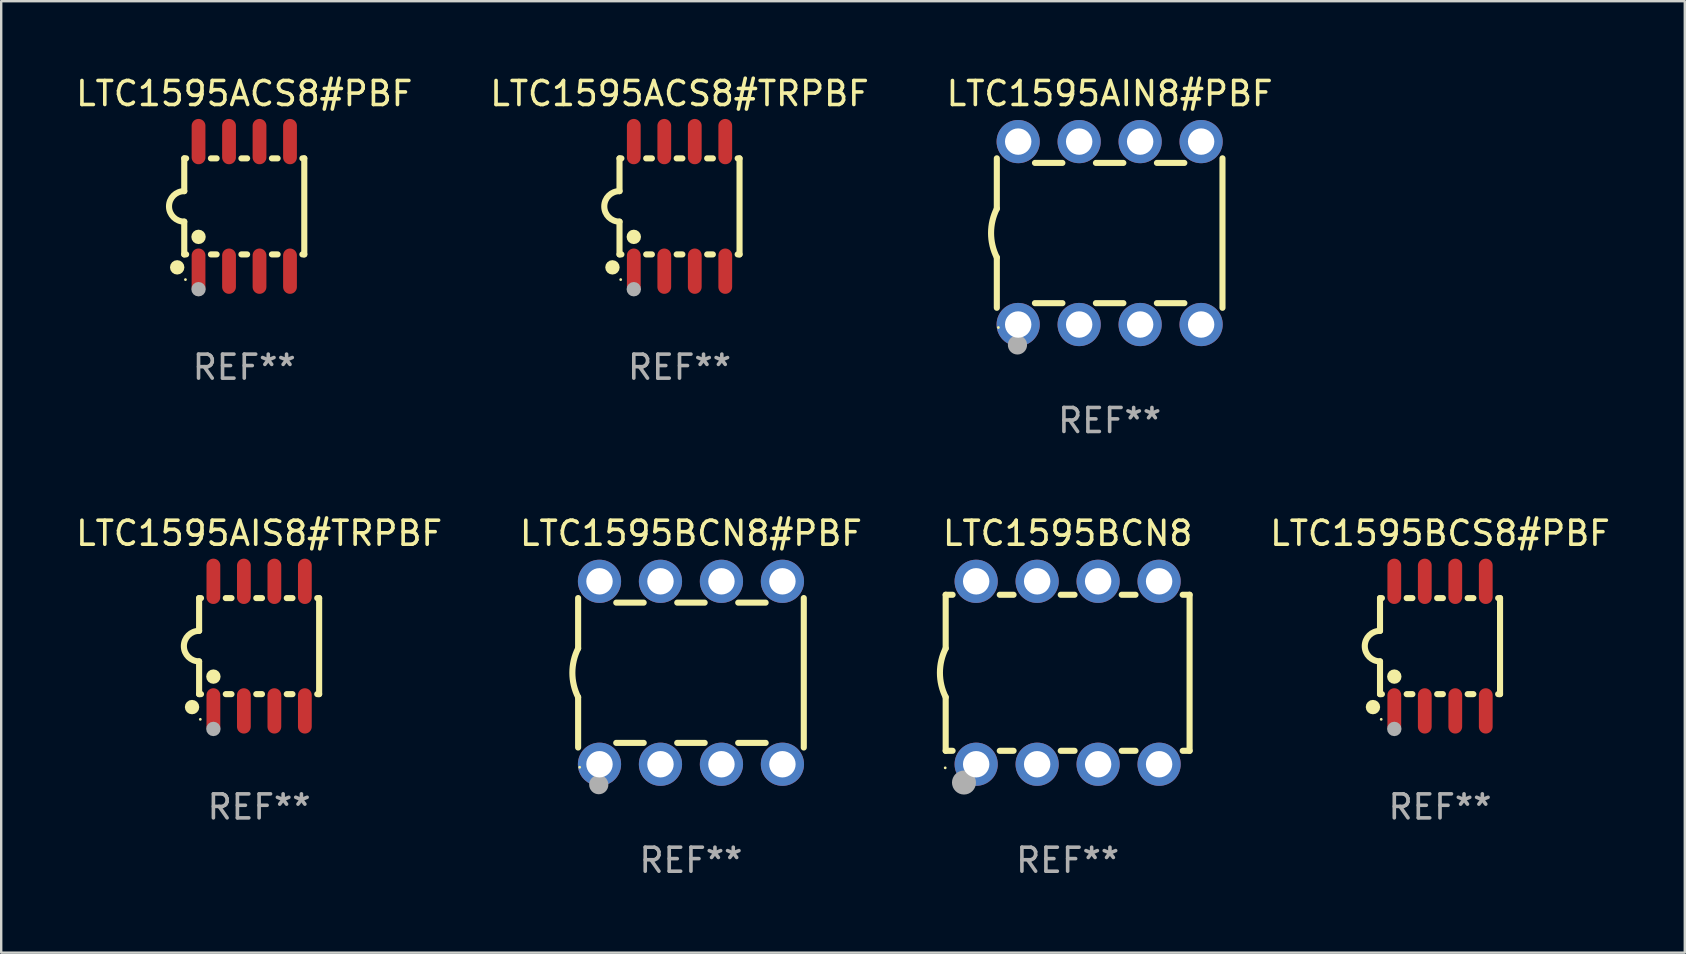
<source format=kicad_pcb>
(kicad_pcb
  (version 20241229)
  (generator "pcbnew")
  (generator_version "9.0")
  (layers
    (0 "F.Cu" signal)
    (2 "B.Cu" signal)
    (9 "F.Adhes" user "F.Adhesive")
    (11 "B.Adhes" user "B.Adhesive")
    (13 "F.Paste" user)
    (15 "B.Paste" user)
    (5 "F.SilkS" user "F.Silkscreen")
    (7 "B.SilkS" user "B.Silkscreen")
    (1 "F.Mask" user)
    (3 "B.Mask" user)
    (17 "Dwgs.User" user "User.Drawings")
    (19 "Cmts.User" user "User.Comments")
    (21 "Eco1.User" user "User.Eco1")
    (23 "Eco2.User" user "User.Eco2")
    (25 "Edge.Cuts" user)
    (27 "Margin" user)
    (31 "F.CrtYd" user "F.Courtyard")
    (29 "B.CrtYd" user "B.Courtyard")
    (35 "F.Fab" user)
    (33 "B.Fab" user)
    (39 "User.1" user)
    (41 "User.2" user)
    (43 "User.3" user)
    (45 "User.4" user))
  (footprint "LTC1595BCS8#PBF"
    (layer "F.Cu")
    (at 56.935 23.864)
    (property "Reference" "LTC1595BCS8#PBF" (at 0 -4.699 0) (layer "F.SilkS") (effects (font (size 1 1) (thickness 0.15))))
    (attr through_hole)
    (fp_line (start -2.5 -2) (end -2.5 -0.635) (stroke (width 0.254) (type solid)) (layer "F.SilkS"))
    (fp_line (start -2.5 -2) (end -2.421 -2) (stroke (width 0.254) (type solid)) (layer "F.SilkS"))
    (fp_line (start -2.5 2) (end -2.5 0.635) (stroke (width 0.254) (type solid)) (layer "F.SilkS"))
    (fp_line (start -2.5 2) (end -2.421 2) (stroke (width 0.254) (type solid)) (layer "F.SilkS"))
    (fp_line (start -1.389 -2) (end -1.151 -2) (stroke (width 0.254) (type solid)) (layer "F.SilkS"))
    (fp_line (start -1.389 2) (end -1.151 2) (stroke (width 0.254) (type solid)) (layer "F.SilkS"))
    (fp_line (start -0.119 -2) (end 0.119 -2) (stroke (width 0.254) (type solid)) (layer "F.SilkS"))
    (fp_line (start -0.119 2) (end 0.119 2) (stroke (width 0.254) (type solid)) (layer "F.SilkS"))
    (fp_line (start 1.151 -2) (end 1.389 -2) (stroke (width 0.254) (type solid)) (layer "F.SilkS"))
    (fp_line (start 1.151 2) (end 1.389 2) (stroke (width 0.254) (type solid)) (layer "F.SilkS"))
    (fp_line (start 2.421 -2) (end 2.5 -2) (stroke (width 0.254) (type solid)) (layer "F.SilkS"))
    (fp_line (start 2.421 2) (end 2.5 2) (stroke (width 0.254) (type solid)) (layer "F.SilkS"))
    (fp_line (start 2.5 -2) (end 2.5 2) (stroke (width 0.254) (type solid)) (layer "F.SilkS"))
    (fp_arc (start -2.5 0.635001) (mid -3.134366 -0.000318) (end -2.499365 -0.635001) (stroke (width 0.254001) (type solid)) (layer "F.SilkS"))
    (fp_circle (center -2.794 2.54) (end -2.644 2.54) (stroke (width 0.3) (type solid)) (fill no) (layer "F.SilkS"))
    (fp_circle (center -2.45 3.05) (end -2.42 3.05) (stroke (width 0.06) (type solid)) (fill no) (layer "F.SilkS"))
    (fp_circle (center -1.905 1.27) (end -1.755 1.27) (stroke (width 0.3) (type solid)) (fill no) (layer "F.SilkS"))
    (fp_circle (center -1.905 3.45) (end -1.755 3.45) (stroke (width 0.3) (type solid)) (fill no) (layer "F.Fab"))
    (fp_text user "REF**" (at 0 6.699 0) (layer "F.Fab") (effects (font (size 1 1) (thickness 0.15))))
    (pad "1" smd oval (at -1.905 2.699) (size 0.574 1.888) (layers "F.Cu" "F.Mask" "F.Paste"))
    (pad "2" smd oval (at -0.635 2.699) (size 0.574 1.888) (layers "F.Cu" "F.Mask" "F.Paste"))
    (pad "3" smd oval (at 0.635 2.699) (size 0.574 1.888) (layers "F.Cu" "F.Mask" "F.Paste"))
    (pad "4" smd oval (at 1.905 2.699) (size 0.574 1.888) (layers "F.Cu" "F.Mask" "F.Paste"))
    (pad "5" smd oval (at 1.905 -2.699) (size 0.574 1.888) (layers "F.Cu" "F.Mask" "F.Paste"))
    (pad "6" smd oval (at 0.635 -2.699) (size 0.574 1.888) (layers "F.Cu" "F.Mask" "F.Paste"))
    (pad "7" smd oval (at -0.635 -2.699) (size 0.574 1.888) (layers "F.Cu" "F.Mask" "F.Paste"))
    (pad "8" smd oval (at -1.905 -2.699) (size 0.574 1.888) (layers "F.Cu" "F.Mask" "F.Paste")))
  (footprint "LTC1595BCN8"
    (layer "F.Cu")
    (at 41.423 24.975)
    (property "Reference" "LTC1595BCN8" (at 0 -5.81 0) (layer "F.SilkS") (effects (font (size 1 1) (thickness 0.15))))
    (attr through_hole)
    (fp_line (start -5.08 -3.25) (end -5.08 -1.017) (stroke (width 0.254) (type solid)) (layer "F.SilkS"))
    (fp_line (start -5.08 -3.25) (end -4.792 -3.25) (stroke (width 0.254) (type solid)) (layer "F.SilkS"))
    (fp_line (start -5.08 3.25) (end -5.08 1.015) (stroke (width 0.254) (type solid)) (layer "F.SilkS"))
    (fp_line (start -5.08 3.25) (end -4.792 3.25) (stroke (width 0.254) (type solid)) (layer "F.SilkS"))
    (fp_line (start -2.828 -3.25) (end -2.252 -3.25) (stroke (width 0.254) (type solid)) (layer "F.SilkS"))
    (fp_line (start -2.828 3.25) (end -2.252 3.25) (stroke (width 0.254) (type solid)) (layer "F.SilkS"))
    (fp_line (start -0.288 -3.25) (end 0.288 -3.25) (stroke (width 0.254) (type solid)) (layer "F.SilkS"))
    (fp_line (start -0.288 3.25) (end 0.288 3.25) (stroke (width 0.254) (type solid)) (layer "F.SilkS"))
    (fp_line (start 2.252 -3.25) (end 2.828 -3.25) (stroke (width 0.254) (type solid)) (layer "F.SilkS"))
    (fp_line (start 2.252 3.25) (end 2.828 3.25) (stroke (width 0.254) (type solid)) (layer "F.SilkS"))
    (fp_line (start 4.792 -3.25) (end 5.08 -3.25) (stroke (width 0.254) (type solid)) (layer "F.SilkS"))
    (fp_line (start 4.792 3.25) (end 5.08 3.25) (stroke (width 0.254) (type solid)) (layer "F.SilkS"))
    (fp_line (start 5.08 -3.25) (end 5.08 3.25) (stroke (width 0.254) (type solid)) (layer "F.SilkS"))
    (fp_arc (start -5.08001 1.01524) (mid -5.319856 -0.000762) (end -5.08001 -1.016764) (stroke (width 0.254001) (type solid)) (layer "F.SilkS"))
    (fp_circle (center -5.1 3.96) (end -5.07 3.96) (stroke (width 0.06) (type solid)) (fill no) (layer "F.SilkS"))
    (fp_circle (center -4.318 4.572) (end -4.068 4.572) (stroke (width 0.5) (type solid)) (fill no) (layer "F.Fab"))
    (fp_text user "REF**" (at 0 7.81 0) (layer "F.Fab") (effects (font (size 1 1) (thickness 0.15))))
    (pad "1" thru_hole circle (at -3.81 3.81) (size 1.8 1.8) (drill 1.1) (layers "*.Cu" "*.Mask"))
    (pad "2" thru_hole circle (at -1.27 3.81) (size 1.8 1.8) (drill 1.1) (layers "*.Cu" "*.Mask"))
    (pad "3" thru_hole circle (at 1.27 3.81) (size 1.8 1.8) (drill 1.1) (layers "*.Cu" "*.Mask"))
    (pad "4" thru_hole circle (at 3.81 3.81) (size 1.8 1.8) (drill 1.1) (layers "*.Cu" "*.Mask"))
    (pad "5" thru_hole circle (at 3.81 -3.81) (size 1.8 1.8) (drill 1.1) (layers "*.Cu" "*.Mask"))
    (pad "6" thru_hole circle (at 1.27 -3.81) (size 1.8 1.8) (drill 1.1) (layers "*.Cu" "*.Mask"))
    (pad "7" thru_hole circle (at -1.27 -3.81) (size 1.8 1.8) (drill 1.1) (layers "*.Cu" "*.Mask"))
    (pad "8" thru_hole circle (at -3.81 -3.81) (size 1.8 1.8) (drill 1.1) (layers "*.Cu" "*.Mask")))
  (footprint "LTC1595ACS8#PBF"
    (layer "F.Cu")
    (at 7.125 5.547)
    (property "Reference" "LTC1595ACS8#PBF" (at 0 -4.699 0) (layer "F.SilkS") (effects (font (size 1 1) (thickness 0.15))))
    (attr through_hole)
    (fp_line (start -2.5 -2) (end -2.5 -0.635) (stroke (width 0.254) (type solid)) (layer "F.SilkS"))
    (fp_line (start -2.5 -2) (end -2.421 -2) (stroke (width 0.254) (type solid)) (layer "F.SilkS"))
    (fp_line (start -2.5 2) (end -2.5 0.635) (stroke (width 0.254) (type solid)) (layer "F.SilkS"))
    (fp_line (start -2.5 2) (end -2.421 2) (stroke (width 0.254) (type solid)) (layer "F.SilkS"))
    (fp_line (start -1.389 -2) (end -1.151 -2) (stroke (width 0.254) (type solid)) (layer "F.SilkS"))
    (fp_line (start -1.389 2) (end -1.151 2) (stroke (width 0.254) (type solid)) (layer "F.SilkS"))
    (fp_line (start -0.119 -2) (end 0.119 -2) (stroke (width 0.254) (type solid)) (layer "F.SilkS"))
    (fp_line (start -0.119 2) (end 0.119 2) (stroke (width 0.254) (type solid)) (layer "F.SilkS"))
    (fp_line (start 1.151 -2) (end 1.389 -2) (stroke (width 0.254) (type solid)) (layer "F.SilkS"))
    (fp_line (start 1.151 2) (end 1.389 2) (stroke (width 0.254) (type solid)) (layer "F.SilkS"))
    (fp_line (start 2.421 -2) (end 2.5 -2) (stroke (width 0.254) (type solid)) (layer "F.SilkS"))
    (fp_line (start 2.421 2) (end 2.5 2) (stroke (width 0.254) (type solid)) (layer "F.SilkS"))
    (fp_line (start 2.5 -2) (end 2.5 2) (stroke (width 0.254) (type solid)) (layer "F.SilkS"))
    (fp_arc (start -2.5 0.635001) (mid -3.134366 -0.000318) (end -2.499365 -0.635001) (stroke (width 0.254001) (type solid)) (layer "F.SilkS"))
    (fp_circle (center -2.794 2.54) (end -2.644 2.54) (stroke (width 0.3) (type solid)) (fill no) (layer "F.SilkS"))
    (fp_circle (center -2.45 3.05) (end -2.42 3.05) (stroke (width 0.06) (type solid)) (fill no) (layer "F.SilkS"))
    (fp_circle (center -1.905 1.27) (end -1.755 1.27) (stroke (width 0.3) (type solid)) (fill no) (layer "F.SilkS"))
    (fp_circle (center -1.905 3.45) (end -1.755 3.45) (stroke (width 0.3) (type solid)) (fill no) (layer "F.Fab"))
    (fp_text user "REF**" (at 0 6.699 0) (layer "F.Fab") (effects (font (size 1 1) (thickness 0.15))))
    (pad "1" smd oval (at -1.905 2.699) (size 0.574 1.888) (layers "F.Cu" "F.Mask" "F.Paste"))
    (pad "2" smd oval (at -0.635 2.699) (size 0.574 1.888) (layers "F.Cu" "F.Mask" "F.Paste"))
    (pad "3" smd oval (at 0.635 2.699) (size 0.574 1.888) (layers "F.Cu" "F.Mask" "F.Paste"))
    (pad "4" smd oval (at 1.905 2.699) (size 0.574 1.888) (layers "F.Cu" "F.Mask" "F.Paste"))
    (pad "5" smd oval (at 1.905 -2.699) (size 0.574 1.888) (layers "F.Cu" "F.Mask" "F.Paste"))
    (pad "6" smd oval (at 0.635 -2.699) (size 0.574 1.888) (layers "F.Cu" "F.Mask" "F.Paste"))
    (pad "7" smd oval (at -0.635 -2.699) (size 0.574 1.888) (layers "F.Cu" "F.Mask" "F.Paste"))
    (pad "8" smd oval (at -1.905 -2.699) (size 0.574 1.888) (layers "F.Cu" "F.Mask" "F.Paste")))
  (footprint "LTC1595AIN8#PBF"
    (layer "F.Cu")
    (at 43.173 6.658)
    (property "Reference" "LTC1595AIN8#PBF" (at 0 -5.81 0) (layer "F.SilkS") (effects (font (size 1 1) (thickness 0.15))))
    (attr through_hole)
    (fp_line (start -4.7 -1.017) (end -4.7 -3.113) (stroke (width 0.254) (type solid)) (layer "F.SilkS"))
    (fp_line (start -4.7 1.015) (end -4.7 3.113) (stroke (width 0.254) (type solid)) (layer "F.SilkS"))
    (fp_line (start -3.113 2.92) (end -1.967 2.92) (stroke (width 0.254) (type solid)) (layer "F.SilkS"))
    (fp_line (start -3.111 -2.922) (end -1.969 -2.922) (stroke (width 0.254) (type solid)) (layer "F.SilkS"))
    (fp_line (start -0.573 2.92) (end 0.573 2.92) (stroke (width 0.254) (type solid)) (layer "F.SilkS"))
    (fp_line (start -0.571 -2.922) (end 0.571 -2.922) (stroke (width 0.254) (type solid)) (layer "F.SilkS"))
    (fp_line (start 1.967 2.92) (end 3.113 2.92) (stroke (width 0.254) (type solid)) (layer "F.SilkS"))
    (fp_line (start 1.969 -2.922) (end 3.111 -2.922) (stroke (width 0.254) (type solid)) (layer "F.SilkS"))
    (fp_line (start 4.7 -3.113) (end 4.7 3.113) (stroke (width 0.254) (type solid)) (layer "F.SilkS"))
    (fp_arc (start -4.7 1.01524) (mid -4.939846 -0.000762) (end -4.7 -1.016764) (stroke (width 0.254001) (type solid)) (layer "F.SilkS"))
    (fp_circle (center -4.636 3.935) (end -4.606 3.935) (stroke (width 0.06) (type solid)) (fill no) (layer "F.SilkS"))
    (fp_circle (center -3.84 4.66) (end -3.64 4.66) (stroke (width 0.4) (type solid)) (fill no) (layer "F.Fab"))
    (fp_text user "REF**" (at 0 7.81 0) (layer "F.Fab") (effects (font (size 1 1) (thickness 0.15))))
    (pad "1" thru_hole circle (at -3.81 3.81) (size 1.8 1.8) (drill 1.1) (layers "*.Cu" "*.Mask"))
    (pad "2" thru_hole circle (at -1.27 3.81) (size 1.8 1.8) (drill 1.1) (layers "*.Cu" "*.Mask"))
    (pad "3" thru_hole circle (at 1.27 3.81) (size 1.8 1.8) (drill 1.1) (layers "*.Cu" "*.Mask"))
    (pad "4" thru_hole circle (at 3.81 3.81) (size 1.8 1.8) (drill 1.1) (layers "*.Cu" "*.Mask"))
    (pad "5" thru_hole circle (at 3.81 -3.81) (size 1.8 1.8) (drill 1.1) (layers "*.Cu" "*.Mask"))
    (pad "6" thru_hole circle (at 1.27 -3.81) (size 1.8 1.8) (drill 1.1) (layers "*.Cu" "*.Mask"))
    (pad "7" thru_hole circle (at -1.27 -3.81) (size 1.8 1.8) (drill 1.1) (layers "*.Cu" "*.Mask"))
    (pad "8" thru_hole circle (at -3.81 -3.81) (size 1.8 1.8) (drill 1.1) (layers "*.Cu" "*.Mask")))
  (footprint "LTC1595ACS8#TRPBF"
    (layer "F.Cu")
    (at 25.256 5.547)
    (property "Reference" "LTC1595ACS8#TRPBF" (at 0 -4.699 0) (layer "F.SilkS") (effects (font (size 1 1) (thickness 0.15))))
    (attr through_hole)
    (fp_line (start -2.5 -2) (end -2.5 -0.635) (stroke (width 0.254) (type solid)) (layer "F.SilkS"))
    (fp_line (start -2.5 -2) (end -2.421 -2) (stroke (width 0.254) (type solid)) (layer "F.SilkS"))
    (fp_line (start -2.5 2) (end -2.5 0.635) (stroke (width 0.254) (type solid)) (layer "F.SilkS"))
    (fp_line (start -2.5 2) (end -2.421 2) (stroke (width 0.254) (type solid)) (layer "F.SilkS"))
    (fp_line (start -1.389 -2) (end -1.151 -2) (stroke (width 0.254) (type solid)) (layer "F.SilkS"))
    (fp_line (start -1.389 2) (end -1.151 2) (stroke (width 0.254) (type solid)) (layer "F.SilkS"))
    (fp_line (start -0.119 -2) (end 0.119 -2) (stroke (width 0.254) (type solid)) (layer "F.SilkS"))
    (fp_line (start -0.119 2) (end 0.119 2) (stroke (width 0.254) (type solid)) (layer "F.SilkS"))
    (fp_line (start 1.151 -2) (end 1.389 -2) (stroke (width 0.254) (type solid)) (layer "F.SilkS"))
    (fp_line (start 1.151 2) (end 1.389 2) (stroke (width 0.254) (type solid)) (layer "F.SilkS"))
    (fp_line (start 2.421 -2) (end 2.5 -2) (stroke (width 0.254) (type solid)) (layer "F.SilkS"))
    (fp_line (start 2.421 2) (end 2.5 2) (stroke (width 0.254) (type solid)) (layer "F.SilkS"))
    (fp_line (start 2.5 -2) (end 2.5 2) (stroke (width 0.254) (type solid)) (layer "F.SilkS"))
    (fp_arc (start -2.5 0.635001) (mid -3.134366 -0.000318) (end -2.499365 -0.635001) (stroke (width 0.254001) (type solid)) (layer "F.SilkS"))
    (fp_circle (center -2.794 2.54) (end -2.644 2.54) (stroke (width 0.3) (type solid)) (fill no) (layer "F.SilkS"))
    (fp_circle (center -2.45 3.05) (end -2.42 3.05) (stroke (width 0.06) (type solid)) (fill no) (layer "F.SilkS"))
    (fp_circle (center -1.905 1.27) (end -1.755 1.27) (stroke (width 0.3) (type solid)) (fill no) (layer "F.SilkS"))
    (fp_circle (center -1.905 3.45) (end -1.755 3.45) (stroke (width 0.3) (type solid)) (fill no) (layer "F.Fab"))
    (fp_text user "REF**" (at 0 6.699 0) (layer "F.Fab") (effects (font (size 1 1) (thickness 0.15))))
    (pad "1" smd oval (at -1.905 2.699) (size 0.574 1.888) (layers "F.Cu" "F.Mask" "F.Paste"))
    (pad "2" smd oval (at -0.635 2.699) (size 0.574 1.888) (layers "F.Cu" "F.Mask" "F.Paste"))
    (pad "3" smd oval (at 0.635 2.699) (size 0.574 1.888) (layers "F.Cu" "F.Mask" "F.Paste"))
    (pad "4" smd oval (at 1.905 2.699) (size 0.574 1.888) (layers "F.Cu" "F.Mask" "F.Paste"))
    (pad "5" smd oval (at 1.905 -2.699) (size 0.574 1.888) (layers "F.Cu" "F.Mask" "F.Paste"))
    (pad "6" smd oval (at 0.635 -2.699) (size 0.574 1.888) (layers "F.Cu" "F.Mask" "F.Paste"))
    (pad "7" smd oval (at -0.635 -2.699) (size 0.574 1.888) (layers "F.Cu" "F.Mask" "F.Paste"))
    (pad "8" smd oval (at -1.905 -2.699) (size 0.574 1.888) (layers "F.Cu" "F.Mask" "F.Paste")))
  (footprint "LTC1595AIS8#TRPBF"
    (layer "F.Cu")
    (at 7.744 23.864)
    (property "Reference" "LTC1595AIS8#TRPBF" (at 0 -4.699 0) (layer "F.SilkS") (effects (font (size 1 1) (thickness 0.15))))
    (attr through_hole)
    (fp_line (start -2.5 -2) (end -2.5 -0.635) (stroke (width 0.254) (type solid)) (layer "F.SilkS"))
    (fp_line (start -2.5 -2) (end -2.421 -2) (stroke (width 0.254) (type solid)) (layer "F.SilkS"))
    (fp_line (start -2.5 2) (end -2.5 0.635) (stroke (width 0.254) (type solid)) (layer "F.SilkS"))
    (fp_line (start -2.5 2) (end -2.421 2) (stroke (width 0.254) (type solid)) (layer "F.SilkS"))
    (fp_line (start -1.389 -2) (end -1.151 -2) (stroke (width 0.254) (type solid)) (layer "F.SilkS"))
    (fp_line (start -1.389 2) (end -1.151 2) (stroke (width 0.254) (type solid)) (layer "F.SilkS"))
    (fp_line (start -0.119 -2) (end 0.119 -2) (stroke (width 0.254) (type solid)) (layer "F.SilkS"))
    (fp_line (start -0.119 2) (end 0.119 2) (stroke (width 0.254) (type solid)) (layer "F.SilkS"))
    (fp_line (start 1.151 -2) (end 1.389 -2) (stroke (width 0.254) (type solid)) (layer "F.SilkS"))
    (fp_line (start 1.151 2) (end 1.389 2) (stroke (width 0.254) (type solid)) (layer "F.SilkS"))
    (fp_line (start 2.421 -2) (end 2.5 -2) (stroke (width 0.254) (type solid)) (layer "F.SilkS"))
    (fp_line (start 2.421 2) (end 2.5 2) (stroke (width 0.254) (type solid)) (layer "F.SilkS"))
    (fp_line (start 2.5 -2) (end 2.5 2) (stroke (width 0.254) (type solid)) (layer "F.SilkS"))
    (fp_arc (start -2.5 0.635001) (mid -3.134366 -0.000318) (end -2.499365 -0.635001) (stroke (width 0.254001) (type solid)) (layer "F.SilkS"))
    (fp_circle (center -2.794 2.54) (end -2.644 2.54) (stroke (width 0.3) (type solid)) (fill no) (layer "F.SilkS"))
    (fp_circle (center -2.45 3.05) (end -2.42 3.05) (stroke (width 0.06) (type solid)) (fill no) (layer "F.SilkS"))
    (fp_circle (center -1.905 1.27) (end -1.755 1.27) (stroke (width 0.3) (type solid)) (fill no) (layer "F.SilkS"))
    (fp_circle (center -1.905 3.45) (end -1.755 3.45) (stroke (width 0.3) (type solid)) (fill no) (layer "F.Fab"))
    (fp_text user "REF**" (at 0 6.699 0) (layer "F.Fab") (effects (font (size 1 1) (thickness 0.15))))
    (pad "1" smd oval (at -1.905 2.699) (size 0.574 1.888) (layers "F.Cu" "F.Mask" "F.Paste"))
    (pad "2" smd oval (at -0.635 2.699) (size 0.574 1.888) (layers "F.Cu" "F.Mask" "F.Paste"))
    (pad "3" smd oval (at 0.635 2.699) (size 0.574 1.888) (layers "F.Cu" "F.Mask" "F.Paste"))
    (pad "4" smd oval (at 1.905 2.699) (size 0.574 1.888) (layers "F.Cu" "F.Mask" "F.Paste"))
    (pad "5" smd oval (at 1.905 -2.699) (size 0.574 1.888) (layers "F.Cu" "F.Mask" "F.Paste"))
    (pad "6" smd oval (at 0.635 -2.699) (size 0.574 1.888) (layers "F.Cu" "F.Mask" "F.Paste"))
    (pad "7" smd oval (at -0.635 -2.699) (size 0.574 1.888) (layers "F.Cu" "F.Mask" "F.Paste"))
    (pad "8" smd oval (at -1.905 -2.699) (size 0.574 1.888) (layers "F.Cu" "F.Mask" "F.Paste")))
  (footprint "LTC1595BCN8#PBF"
    (layer "F.Cu")
    (at 25.732 24.975)
    (property "Reference" "LTC1595BCN8#PBF" (at 0 -5.81 0) (layer "F.SilkS") (effects (font (size 1 1) (thickness 0.15))))
    (attr through_hole)
    (fp_line (start -4.7 -1.017) (end -4.7 -3.113) (stroke (width 0.254) (type solid)) (layer "F.SilkS"))
    (fp_line (start -4.7 1.015) (end -4.7 3.113) (stroke (width 0.254) (type solid)) (layer "F.SilkS"))
    (fp_line (start -3.113 2.92) (end -1.967 2.92) (stroke (width 0.254) (type solid)) (layer "F.SilkS"))
    (fp_line (start -3.111 -2.922) (end -1.969 -2.922) (stroke (width 0.254) (type solid)) (layer "F.SilkS"))
    (fp_line (start -0.573 2.92) (end 0.573 2.92) (stroke (width 0.254) (type solid)) (layer "F.SilkS"))
    (fp_line (start -0.571 -2.922) (end 0.571 -2.922) (stroke (width 0.254) (type solid)) (layer "F.SilkS"))
    (fp_line (start 1.967 2.92) (end 3.113 2.92) (stroke (width 0.254) (type solid)) (layer "F.SilkS"))
    (fp_line (start 1.969 -2.922) (end 3.111 -2.922) (stroke (width 0.254) (type solid)) (layer "F.SilkS"))
    (fp_line (start 4.7 -3.113) (end 4.7 3.113) (stroke (width 0.254) (type solid)) (layer "F.SilkS"))
    (fp_arc (start -4.7 1.01524) (mid -4.939846 -0.000762) (end -4.7 -1.016764) (stroke (width 0.254001) (type solid)) (layer "F.SilkS"))
    (fp_circle (center -4.636 3.935) (end -4.606 3.935) (stroke (width 0.06) (type solid)) (fill no) (layer "F.SilkS"))
    (fp_circle (center -3.84 4.66) (end -3.64 4.66) (stroke (width 0.4) (type solid)) (fill no) (layer "F.Fab"))
    (fp_text user "REF**" (at 0 7.81 0) (layer "F.Fab") (effects (font (size 1 1) (thickness 0.15))))
    (pad "1" thru_hole circle (at -3.81 3.81) (size 1.8 1.8) (drill 1.1) (layers "*.Cu" "*.Mask"))
    (pad "2" thru_hole circle (at -1.27 3.81) (size 1.8 1.8) (drill 1.1) (layers "*.Cu" "*.Mask"))
    (pad "3" thru_hole circle (at 1.27 3.81) (size 1.8 1.8) (drill 1.1) (layers "*.Cu" "*.Mask"))
    (pad "4" thru_hole circle (at 3.81 3.81) (size 1.8 1.8) (drill 1.1) (layers "*.Cu" "*.Mask"))
    (pad "5" thru_hole circle (at 3.81 -3.81) (size 1.8 1.8) (drill 1.1) (layers "*.Cu" "*.Mask"))
    (pad "6" thru_hole circle (at 1.27 -3.81) (size 1.8 1.8) (drill 1.1) (layers "*.Cu" "*.Mask"))
    (pad "7" thru_hole circle (at -1.27 -3.81) (size 1.8 1.8) (drill 1.1) (layers "*.Cu" "*.Mask"))
    (pad "8" thru_hole circle (at -3.81 -3.81) (size 1.8 1.8) (drill 1.1) (layers "*.Cu" "*.Mask")))
  (gr_rect
    (start -3 -3)
    (end 67.131 36.633)
    (stroke (width 0.1) (type default))
    (fill no)
    (layer "Edge.Cuts")))
</source>
